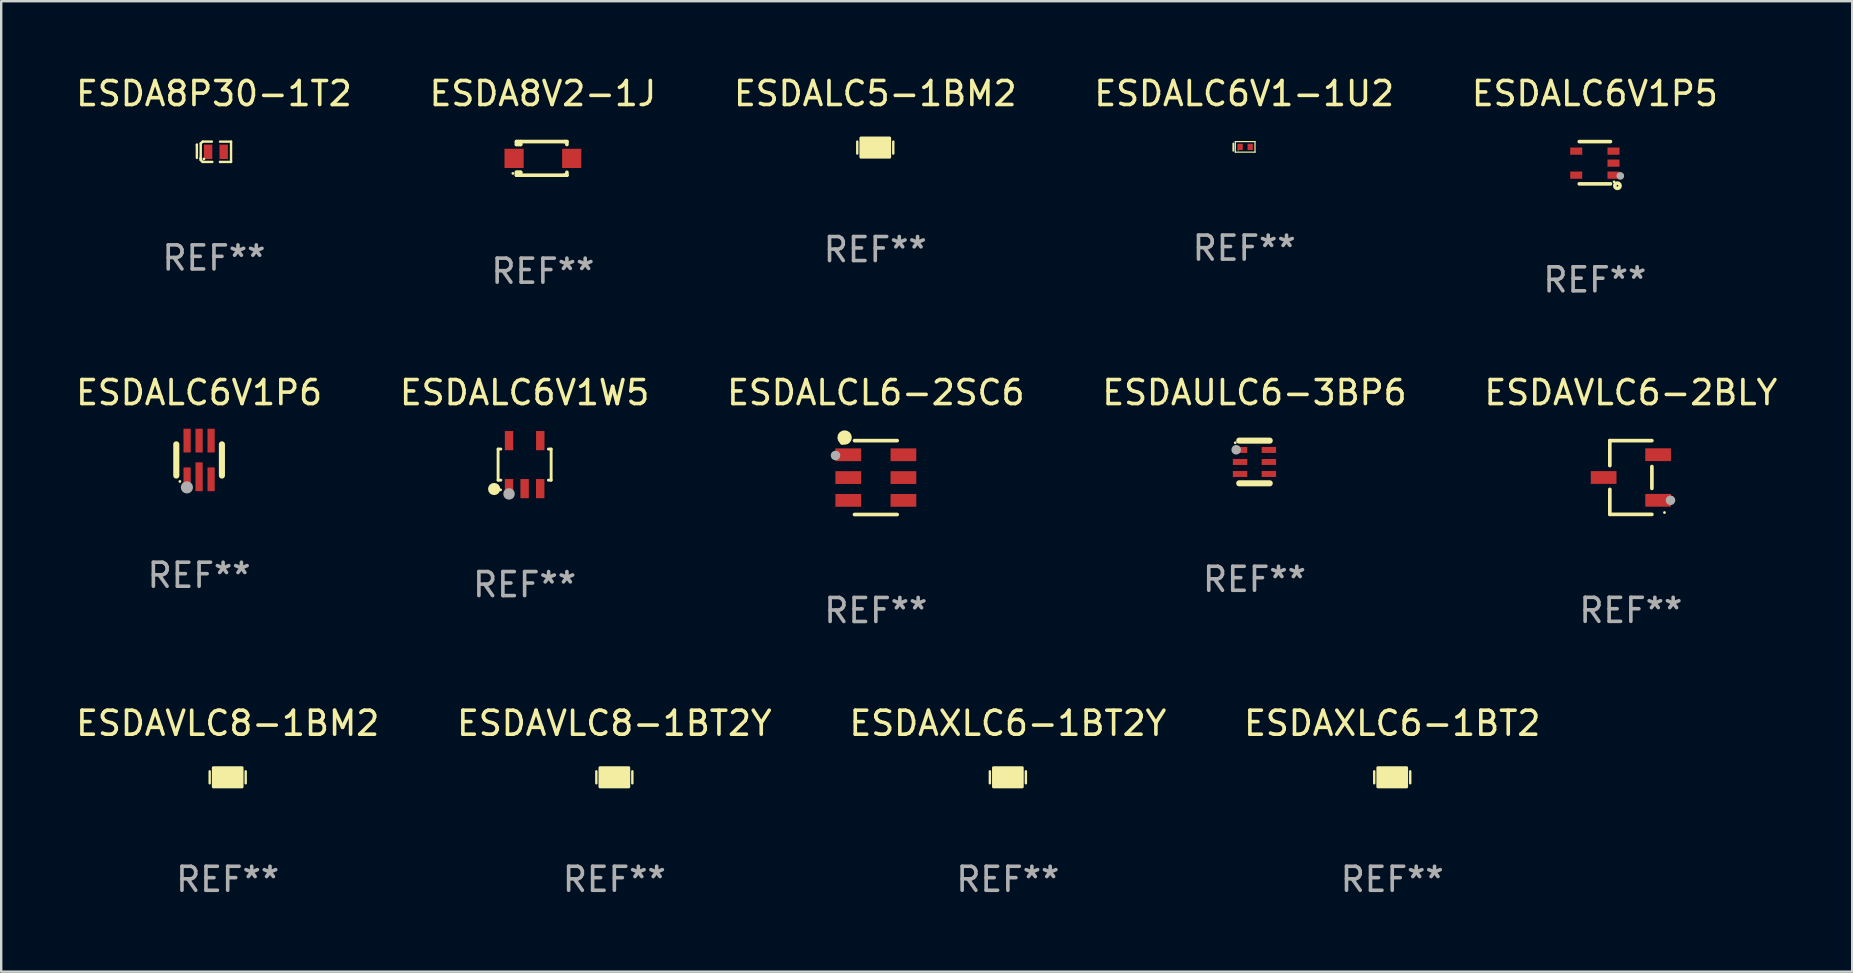
<source format=kicad_pcb>
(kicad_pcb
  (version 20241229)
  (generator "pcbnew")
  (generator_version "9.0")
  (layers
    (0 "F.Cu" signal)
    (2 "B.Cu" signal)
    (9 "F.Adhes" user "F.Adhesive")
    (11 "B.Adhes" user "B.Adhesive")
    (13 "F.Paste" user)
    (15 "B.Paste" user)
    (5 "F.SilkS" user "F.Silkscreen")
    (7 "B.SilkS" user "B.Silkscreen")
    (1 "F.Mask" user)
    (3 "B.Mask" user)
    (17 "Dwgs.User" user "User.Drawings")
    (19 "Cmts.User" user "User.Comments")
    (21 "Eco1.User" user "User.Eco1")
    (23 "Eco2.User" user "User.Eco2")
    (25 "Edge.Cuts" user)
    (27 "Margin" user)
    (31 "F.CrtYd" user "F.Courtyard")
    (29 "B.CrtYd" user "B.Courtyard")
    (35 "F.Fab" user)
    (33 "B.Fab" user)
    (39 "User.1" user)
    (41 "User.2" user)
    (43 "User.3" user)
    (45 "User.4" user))
  (footprint "ESDALCL6-2SC6"
    (layer "F.Cu")
    (at 33.435 16.844)
    (property "Reference" "ESDALCL6-2SC6" (at 0 -3.539 0) (layer "F.SilkS") (effects (font (size 1 1) (thickness 0.15))))
    (attr through_hole)
    (fp_line (start -0.889 -1.539) (end 0.889 -1.539) (stroke (width 0.152) (type solid)) (layer "F.SilkS"))
    (fp_line (start -0.889 1.539) (end 0.889 1.539) (stroke (width 0.152) (type solid)) (layer "F.SilkS"))
    (fp_circle (center -1.4 -1.463) (end -1.35 -1.463) (stroke (width 0.1) (type solid)) (fill no) (layer "F.SilkS"))
    (fp_circle (center -1.301 -1.668) (end -1.151 -1.668) (stroke (width 0.3) (type solid)) (fill no) (layer "F.SilkS"))
    (fp_circle (center -1.68 -0.92) (end -1.58 -0.92) (stroke (width 0.2) (type solid)) (fill no) (layer "F.Fab"))
    (fp_text user "REF**" (at 0 5.539 0) (layer "F.Fab") (effects (font (size 1 1) (thickness 0.15))))
    (pad "1" smd rect (at -1.149 -0.95 270) (size 0.532 1.072) (layers "F.Cu" "F.Mask" "F.Paste"))
    (pad "2" smd rect (at -1.149 0.000102 270) (size 0.532 1.072) (layers "F.Cu" "F.Mask" "F.Paste"))
    (pad "3" smd rect (at -1.149 0.95 270) (size 0.532 1.072) (layers "F.Cu" "F.Mask" "F.Paste"))
    (pad "4" smd rect (at 1.149 0.95 270) (size 0.532 1.072) (layers "F.Cu" "F.Mask" "F.Paste"))
    (pad "5" smd rect (at 1.149 0.000102 270) (size 0.532 1.072) (layers "F.Cu" "F.Mask" "F.Paste"))
    (pad "6" smd rect (at 1.149 -0.95 270) (size 0.532 1.072) (layers "F.Cu" "F.Mask" "F.Paste")))
  (footprint "ESDAVLC8-1BT2Y"
    (layer "F.Cu")
    (at 22.542 29.33)
    (property "Reference" "ESDAVLC8-1BT2Y" (at 0 -2.25 0) (layer "F.SilkS") (effects (font (size 1 1) (thickness 0.15))))
    (attr through_hole)
    (fp_line (start -0.75 0.25) (end -0.75 -0.25) (stroke (width 0.1) (type solid)) (layer "F.SilkS"))
    (fp_line (start 0.75 -0.25) (end 0.75 0.25) (stroke (width 0.1) (type solid)) (layer "F.SilkS"))
    (fp_circle (center -0.5 0.3) (end -0.47 0.3) (stroke (width 0.06) (type solid)) (fill no) (layer "F.SilkS"))
    (fp_poly (pts (xy -0.6 -0.4) (xy 0.6 -0.4) (xy 0.6 0.4) (xy -0.6 0.4)) (stroke (width 0.12) (type solid)) (fill yes) (layer "F.SilkS"))
    (fp_text user "REF**" (at 0 4.25 0) (layer "F.Fab") (effects (font (size 1 1) (thickness 0.15))))
    (pad "1" smd rect (at -0.325 -0.000013) (size 0.3 0.6) (layers "F.Cu" "F.Mask" "F.Paste"))
    (pad "2" smd rect (at 0.325 -0.000013) (size 0.3 0.6) (layers "F.Cu" "F.Mask" "F.Paste")))
  (footprint "ESDALC6V1-1U2"
    (layer "F.Cu")
    (at 48.78 3.068)
    (property "Reference" "ESDALC6V1-1U2" (at 0 -2.22 0) (layer "F.SilkS") (effects (font (size 1 1) (thickness 0.15))))
    (attr through_hole)
    (fp_line (start -0.45 -0.14) (end -0.45 0.16) (stroke (width 0.08) (type solid)) (layer "F.SilkS"))
    (fp_line (start -0.37 -0.22) (end 0.45 -0.22) (stroke (width 0.051) (type solid)) (layer "F.SilkS"))
    (fp_line (start -0.37 0.22) (end -0.37 -0.22) (stroke (width 0.051) (type solid)) (layer "F.SilkS"))
    (fp_line (start 0.45 -0.22) (end 0.45 0.22) (stroke (width 0.051) (type solid)) (layer "F.SilkS"))
    (fp_line (start 0.45 0.22) (end -0.37 0.22) (stroke (width 0.051) (type solid)) (layer "F.SilkS"))
    (fp_circle (center -0.25 0.14) (end -0.24 0.14) (stroke (width 0.02) (type solid)) (fill no) (layer "F.SilkS"))
    (fp_text user "REF**" (at 0 4.22 0) (layer "F.Fab") (effects (font (size 1 1) (thickness 0.15))))
    (pad "1" smd rect (at -0.17 0 90) (size 0.26 0.22) (layers "F.Cu" "F.Mask" "F.Paste"))
    (pad "2" smd rect (at 0.25 0 90) (size 0.26 0.22) (layers "F.Cu" "F.Mask" "F.Paste")))
  (footprint "ESDALC6V1P6"
    (layer "F.Cu")
    (at 5.244 16.11)
    (property "Reference" "ESDALC6V1P6" (at 0 -2.805 0) (layer "F.SilkS") (effects (font (size 1 1) (thickness 0.15))))
    (attr through_hole)
    (fp_line (start -0.95 0.65) (end -0.95 -0.65) (stroke (width 0.254) (type solid)) (layer "F.SilkS"))
    (fp_line (start 0.95 0.65) (end 0.95 -0.65) (stroke (width 0.254) (type solid)) (layer "F.SilkS"))
    (fp_circle (center -0.8 0.896) (end -0.77 0.896) (stroke (width 0.06) (type solid)) (fill no) (layer "F.SilkS"))
    (fp_circle (center -0.508 1.143) (end -0.381 1.143) (stroke (width 0.254) (type solid)) (fill no) (layer "F.Fab"))
    (fp_text user "REF**" (at 0 4.805 0) (layer "F.Fab") (effects (font (size 1 1) (thickness 0.15))))
    (pad "1" smd rect (at -0.5 0.805) (size 0.3 0.99) (layers "F.Cu" "F.Mask" "F.Paste"))
    (pad "2" smd rect (at 0.000127 0.7) (size 0.3 1.2) (layers "F.Cu" "F.Mask" "F.Paste"))
    (pad "3" smd rect (at 0.5 0.805) (size 0.3 0.99) (layers "F.Cu" "F.Mask" "F.Paste"))
    (pad "4" smd rect (at 0.5 -0.805) (size 0.3 0.99) (layers "F.Cu" "F.Mask" "F.Paste"))
    (pad "5" smd rect (at 0.000127 -0.805) (size 0.3 0.99) (layers "F.Cu" "F.Mask" "F.Paste"))
    (pad "6" smd rect (at -0.5 -0.805) (size 0.3 0.99) (layers "F.Cu" "F.Mask" "F.Paste")))
  (footprint "ESDAVLC8-1BM2"
    (layer "F.Cu")
    (at 6.435 29.33)
    (property "Reference" "ESDAVLC8-1BM2" (at 0 -2.25 0) (layer "F.SilkS") (effects (font (size 1 1) (thickness 0.15))))
    (attr through_hole)
    (fp_line (start -0.75 0.25) (end -0.75 -0.25) (stroke (width 0.1) (type solid)) (layer "F.SilkS"))
    (fp_line (start 0.75 -0.25) (end 0.75 0.25) (stroke (width 0.1) (type solid)) (layer "F.SilkS"))
    (fp_circle (center -0.5 0.3) (end -0.47 0.3) (stroke (width 0.06) (type solid)) (fill no) (layer "F.SilkS"))
    (fp_poly (pts (xy -0.6 -0.4) (xy 0.6 -0.4) (xy 0.6 0.4) (xy -0.6 0.4)) (stroke (width 0.12) (type solid)) (fill yes) (layer "F.SilkS"))
    (fp_text user "REF**" (at 0 4.25 0) (layer "F.Fab") (effects (font (size 1 1) (thickness 0.15))))
    (pad "1" smd rect (at -0.325 -0.000013) (size 0.3 0.6) (layers "F.Cu" "F.Mask" "F.Paste"))
    (pad "2" smd rect (at 0.325 -0.000013) (size 0.3 0.6) (layers "F.Cu" "F.Mask" "F.Paste")))
  (footprint "ESDAXLC6-1BT2"
    (layer "F.Cu")
    (at 54.946 29.33)
    (property "Reference" "ESDAXLC6-1BT2" (at 0 -2.25 0) (layer "F.SilkS") (effects (font (size 1 1) (thickness 0.15))))
    (attr through_hole)
    (fp_line (start -0.75 0.25) (end -0.75 -0.25) (stroke (width 0.1) (type solid)) (layer "F.SilkS"))
    (fp_line (start 0.75 -0.25) (end 0.75 0.25) (stroke (width 0.1) (type solid)) (layer "F.SilkS"))
    (fp_circle (center -0.5 0.3) (end -0.47 0.3) (stroke (width 0.06) (type solid)) (fill no) (layer "F.SilkS"))
    (fp_poly (pts (xy -0.6 -0.4) (xy 0.6 -0.4) (xy 0.6 0.4) (xy -0.6 0.4)) (stroke (width 0.12) (type solid)) (fill yes) (layer "F.SilkS"))
    (fp_text user "REF**" (at 0 4.25 0) (layer "F.Fab") (effects (font (size 1 1) (thickness 0.15))))
    (pad "1" smd rect (at -0.325 -0.000013) (size 0.3 0.6) (layers "F.Cu" "F.Mask" "F.Paste"))
    (pad "2" smd rect (at 0.325 -0.000013) (size 0.3 0.6) (layers "F.Cu" "F.Mask" "F.Paste")))
  (footprint "ESDA8V2-1J"
    (layer "F.Cu")
    (at 19.565 3.548)
    (property "Reference" "ESDA8V2-1J" (at 0 -2.7 0) (layer "F.SilkS") (effects (font (size 1 1) (thickness 0.15))))
    (attr through_hole)
    (fp_line (start -1.1 -0.7) (end -1.1 -0.58) (stroke (width 0.152) (type solid)) (layer "F.SilkS"))
    (fp_line (start -1.1 0.58) (end -1.1 0.7) (stroke (width 0.152) (type solid)) (layer "F.SilkS"))
    (fp_line (start -1.1 0.58) (end -0.927 0.58) (stroke (width 0.152) (type solid)) (layer "F.SilkS"))
    (fp_line (start -1.1 0.7) (end 0.9 0.7) (stroke (width 0.152) (type solid)) (layer "F.SilkS"))
    (fp_line (start -1.014 -0.58) (end -1.014 -0.7) (stroke (width 0.152) (type solid)) (layer "F.SilkS"))
    (fp_line (start -1.014 0.7) (end -1.014 0.58) (stroke (width 0.152) (type solid)) (layer "F.SilkS"))
    (fp_line (start -0.927 -0.7) (end -0.927 -0.58) (stroke (width 0.152) (type solid)) (layer "F.SilkS"))
    (fp_line (start -0.927 -0.58) (end -1.1 -0.58) (stroke (width 0.152) (type solid)) (layer "F.SilkS"))
    (fp_line (start -0.927 0.58) (end -0.927 0.7) (stroke (width 0.152) (type solid)) (layer "F.SilkS"))
    (fp_line (start 0.9 -0.7) (end -1.1 -0.7) (stroke (width 0.152) (type solid)) (layer "F.SilkS"))
    (fp_line (start 0.9 0.7) (end 1 0.7) (stroke (width 0.152) (type solid)) (layer "F.SilkS"))
    (fp_line (start 1 -0.7) (end 0.9 -0.7) (stroke (width 0.152) (type solid)) (layer "F.SilkS"))
    (fp_line (start 1 -0.58) (end 1 -0.7) (stroke (width 0.152) (type solid)) (layer "F.SilkS"))
    (fp_line (start 1 0.7) (end 1 0.58) (stroke (width 0.152) (type solid)) (layer "F.SilkS"))
    (fp_circle (center -1.25 0.625) (end -1.22 0.625) (stroke (width 0.06) (type solid)) (fill no) (layer "F.SilkS"))
    (fp_text user "REF**" (at 0 4.7 0) (layer "F.Fab") (effects (font (size 1 1) (thickness 0.15))))
    (pad "1" smd rect (at -1.2 0) (size 0.8 0.8) (layers "F.Cu" "F.Mask" "F.Paste"))
    (pad "2" smd rect (at 1.2 0) (size 0.8 0.8) (layers "F.Cu" "F.Mask" "F.Paste")))
  (footprint "ESDAULC6-3BP6"
    (layer "F.Cu")
    (at 49.208 16.194)
    (property "Reference" "ESDAULC6-3BP6" (at 0 -2.889 0) (layer "F.SilkS") (effects (font (size 1 1) (thickness 0.15))))
    (attr through_hole)
    (fp_line (start -0.635 -0.889) (end 0.635 -0.889) (stroke (width 0.254) (type solid)) (layer "F.SilkS"))
    (fp_line (start -0.635 0.889) (end 0.635 0.889) (stroke (width 0.254) (type solid)) (layer "F.SilkS"))
    (fp_circle (center -0.8 -0.8) (end -0.77 -0.8) (stroke (width 0.06) (type solid)) (fill no) (layer "F.SilkS"))
    (fp_circle (center -0.762 -0.508) (end -0.662 -0.508) (stroke (width 0.2) (type solid)) (fill no) (layer "F.Fab"))
    (fp_text user "REF**" (at 0 4.889 0) (layer "F.Fab") (effects (font (size 1 1) (thickness 0.15))))
    (pad "1" smd rect (at -0.6 -0.5 270) (size 0.25 0.6) (layers "F.Cu" "F.Mask" "F.Paste"))
    (pad "2" smd rect (at -0.6 -0.000127 270) (size 0.25 0.6) (layers "F.Cu" "F.Mask" "F.Paste"))
    (pad "3" smd rect (at -0.6 0.5 270) (size 0.25 0.6) (layers "F.Cu" "F.Mask" "F.Paste"))
    (pad "4" smd rect (at 0.6 0.5 270) (size 0.25 0.6) (layers "F.Cu" "F.Mask" "F.Paste"))
    (pad "5" smd rect (at 0.6 -0.000127 270) (size 0.25 0.6) (layers "F.Cu" "F.Mask" "F.Paste"))
    (pad "6" smd rect (at 0.6 -0.5 270) (size 0.25 0.6) (layers "F.Cu" "F.Mask" "F.Paste")))
  (footprint "ESDALC6V1W5"
    (layer "F.Cu")
    (at 18.804 16.305)
    (property "Reference" "ESDALC6V1W5" (at 0 -3 0) (layer "F.SilkS") (effects (font (size 1 1) (thickness 0.15))))
    (attr through_hole)
    (fp_line (start -1.105 -0.648) (end -0.988 -0.648) (stroke (width 0.12) (type solid)) (layer "F.SilkS"))
    (fp_line (start -1.105 0.647) (end -1.105 -0.648) (stroke (width 0.12) (type solid)) (layer "F.SilkS"))
    (fp_line (start -1.105 0.647) (end -0.989 0.647) (stroke (width 0.12) (type solid)) (layer "F.SilkS"))
    (fp_line (start 0.989 0.647) (end 1.105 0.647) (stroke (width 0.12) (type solid)) (layer "F.SilkS"))
    (fp_line (start 0.991 -0.648) (end 1.105 -0.648) (stroke (width 0.12) (type solid)) (layer "F.SilkS"))
    (fp_line (start 1.105 -0.648) (end 1.105 0.647) (stroke (width 0.12) (type solid)) (layer "F.SilkS"))
    (fp_circle (center -1.269 1.016) (end -1.142 1.016) (stroke (width 0.254) (type solid)) (fill no) (layer "F.SilkS"))
    (fp_circle (center -0.999 1.05) (end -0.969 1.05) (stroke (width 0.06) (type solid)) (fill no) (layer "F.SilkS"))
    (fp_circle (center -0.649 1.22) (end -0.529 1.22) (stroke (width 0.24) (type solid)) (fill no) (layer "F.Fab"))
    (fp_text user "REF**" (at 0 5 0) (layer "F.Fab") (effects (font (size 1 1) (thickness 0.15))))
    (pad "1" smd rect (at -0.65 1) (size 0.35 0.8) (layers "F.Cu" "F.Mask" "F.Paste"))
    (pad "2" smd rect (at 0 1) (size 0.35 0.8) (layers "F.Cu" "F.Mask" "F.Paste"))
    (pad "3" smd rect (at 0.65 1) (size 0.35 0.8) (layers "F.Cu" "F.Mask" "F.Paste"))
    (pad "4" smd rect (at 0.652 -1) (size 0.35 0.8) (layers "F.Cu" "F.Mask" "F.Paste"))
    (pad "5" smd rect (at -0.649 -1) (size 0.35 0.8) (layers "F.Cu" "F.Mask" "F.Paste")))
  (footprint "ESDALC5-1BM2"
    (layer "F.Cu")
    (at 33.411 3.098)
    (property "Reference" "ESDALC5-1BM2" (at 0 -2.25 0) (layer "F.SilkS") (effects (font (size 1 1) (thickness 0.15))))
    (attr through_hole)
    (fp_line (start -0.75 0.25) (end -0.75 -0.25) (stroke (width 0.1) (type solid)) (layer "F.SilkS"))
    (fp_line (start 0.75 -0.25) (end 0.75 0.25) (stroke (width 0.1) (type solid)) (layer "F.SilkS"))
    (fp_circle (center -0.5 0.3) (end -0.47 0.3) (stroke (width 0.06) (type solid)) (fill no) (layer "F.SilkS"))
    (fp_poly (pts (xy -0.6 -0.4) (xy 0.6 -0.4) (xy 0.6 0.4) (xy -0.6 0.4)) (stroke (width 0.12) (type solid)) (fill yes) (layer "F.SilkS"))
    (fp_text user "REF**" (at 0 4.25 0) (layer "F.Fab") (effects (font (size 1 1) (thickness 0.15))))
    (pad "1" smd rect (at -0.325 -0.000013) (size 0.3 0.6) (layers "F.Cu" "F.Mask" "F.Paste"))
    (pad "2" smd rect (at 0.325 -0.000013) (size 0.3 0.6) (layers "F.Cu" "F.Mask" "F.Paste")))
  (footprint "ESDALC6V1P5"
    (layer "F.Cu")
    (at 63.387 3.728)
    (property "Reference" "ESDALC6V1P5" (at 0 -2.88 0) (layer "F.SilkS") (effects (font (size 1 1) (thickness 0.15))))
    (attr through_hole)
    (fp_line (start 0.65 -0.88) (end -0.65 -0.88) (stroke (width 0.15) (type solid)) (layer "F.SilkS"))
    (fp_line (start 0.65 0.88) (end -0.65 0.88) (stroke (width 0.15) (type solid)) (layer "F.SilkS"))
    (fp_circle (center 0.8 0.8) (end 0.83 0.8) (stroke (width 0.06) (type solid)) (fill no) (layer "F.SilkS"))
    (fp_circle (center 0.94 0.96) (end 1.05 0.96) (stroke (width 0.15) (type solid)) (fill no) (layer "F.SilkS"))
    (fp_circle (center 1.06 0.55) (end 1.14 0.55) (stroke (width 0.16) (type solid)) (fill no) (layer "F.Fab"))
    (fp_text user "REF**" (at 0 4.88 0) (layer "F.Fab") (effects (font (size 1 1) (thickness 0.15))))
    (pad "1" smd rect (at 0.777 0.518) (size 0.5 0.3) (layers "F.Cu" "F.Mask" "F.Paste"))
    (pad "2" smd rect (at 0.777 0.018) (size 0.5 0.3) (layers "F.Cu" "F.Mask" "F.Paste"))
    (pad "3" smd rect (at 0.777 -0.482) (size 0.5 0.3) (layers "F.Cu" "F.Mask" "F.Paste"))
    (pad "4" smd rect (at -0.777 -0.482) (size 0.5 0.3) (layers "F.Cu" "F.Mask" "F.Paste"))
    (pad "5" smd rect (at -0.777 0.518) (size 0.5 0.3) (layers "F.Cu" "F.Mask" "F.Paste")))
  (footprint "ESDAXLC6-1BT2Y"
    (layer "F.Cu")
    (at 38.935 29.33)
    (property "Reference" "ESDAXLC6-1BT2Y" (at 0 -2.25 0) (layer "F.SilkS") (effects (font (size 1 1) (thickness 0.15))))
    (attr through_hole)
    (fp_line (start -0.75 0.25) (end -0.75 -0.25) (stroke (width 0.1) (type solid)) (layer "F.SilkS"))
    (fp_line (start 0.75 -0.25) (end 0.75 0.25) (stroke (width 0.1) (type solid)) (layer "F.SilkS"))
    (fp_circle (center -0.5 0.3) (end -0.47 0.3) (stroke (width 0.06) (type solid)) (fill no) (layer "F.SilkS"))
    (fp_poly (pts (xy -0.6 -0.4) (xy 0.6 -0.4) (xy 0.6 0.4) (xy -0.6 0.4)) (stroke (width 0.12) (type solid)) (fill yes) (layer "F.SilkS"))
    (fp_text user "REF**" (at 0 4.25 0) (layer "F.Fab") (effects (font (size 1 1) (thickness 0.15))))
    (pad "1" smd rect (at -0.325 -0.000013) (size 0.3 0.6) (layers "F.Cu" "F.Mask" "F.Paste"))
    (pad "2" smd rect (at 0.325 -0.000013) (size 0.3 0.6) (layers "F.Cu" "F.Mask" "F.Paste")))
  (footprint "ESDA8P30-1T2"
    (layer "F.Cu")
    (at 5.863 3.273)
    (property "Reference" "ESDA8P30-1T2" (at 0 -2.424 0) (layer "F.SilkS") (effects (font (size 1 1) (thickness 0.15))))
    (attr through_hole)
    (fp_line (start -0.712 -0.295) (end -0.712 0.256) (stroke (width 0.1) (type solid)) (layer "F.SilkS"))
    (fp_line (start -0.709 -0.295) (end -0.712 -0.295) (stroke (width 0.1) (type solid)) (layer "F.SilkS"))
    (fp_line (start -0.554 0.274) (end -0.554 0.34) (stroke (width 0.1) (type solid)) (layer "F.SilkS"))
    (fp_line (start -0.554 0.34) (end -0.47 0.424) (stroke (width 0.1) (type solid)) (layer "F.SilkS"))
    (fp_line (start -0.551 -0.348) (end -0.551 0.274) (stroke (width 0.1) (type solid)) (layer "F.SilkS"))
    (fp_line (start -0.551 0.274) (end -0.554 0.274) (stroke (width 0.1) (type solid)) (layer "F.SilkS"))
    (fp_line (start -0.472 -0.424) (end -0.551 -0.348) (stroke (width 0.1) (type solid)) (layer "F.SilkS"))
    (fp_line (start -0.47 0.424) (end -0.066 0.424) (stroke (width 0.1) (type solid)) (layer "F.SilkS"))
    (fp_line (start -0.086 -0.424) (end -0.472 -0.424) (stroke (width 0.1) (type solid)) (layer "F.SilkS"))
    (fp_line (start 0.251 -0.423) (end 0.712 -0.423) (stroke (width 0.1) (type solid)) (layer "F.SilkS"))
    (fp_line (start 0.253 0.424) (end 0.253 0.423) (stroke (width 0.1) (type solid)) (layer "F.SilkS"))
    (fp_line (start 0.712 -0.423) (end 0.712 0.424) (stroke (width 0.1) (type solid)) (layer "F.SilkS"))
    (fp_line (start 0.712 0.424) (end 0.253 0.424) (stroke (width 0.1) (type solid)) (layer "F.SilkS"))
    (fp_circle (center -0.419 0.3) (end -0.389 0.3) (stroke (width 0.06) (type solid)) (fill no) (layer "F.SilkS"))
    (fp_text user "REF**" (at 0 4.424 0) (layer "F.Fab") (effects (font (size 1 1) (thickness 0.15))))
    (pad "1" smd rect (at -0.244 -0.000165) (size 0.35 0.6) (layers "F.Cu" "F.Mask" "F.Paste"))
    (pad "2" smd rect (at 0.406 -0.000165) (size 0.35 0.6) (layers "F.Cu" "F.Mask" "F.Paste")))
  (footprint "ESDAVLC6-2BLY"
    (layer "F.Cu")
    (at 64.887 16.841)
    (property "Reference" "ESDAVLC6-2BLY" (at 0 -3.536 0) (layer "F.SilkS") (effects (font (size 1 1) (thickness 0.15))))
    (attr through_hole)
    (fp_line (start -0.876 -1.536) (end -0.876 -0.495) (stroke (width 0.152) (type solid)) (layer "F.SilkS"))
    (fp_line (start -0.876 1.536) (end -0.876 0.495) (stroke (width 0.152) (type solid)) (layer "F.SilkS"))
    (fp_line (start 0.876 -1.536) (end -0.876 -1.536) (stroke (width 0.152) (type solid)) (layer "F.SilkS"))
    (fp_line (start 0.876 -0.455) (end 0.876 0.455) (stroke (width 0.152) (type solid)) (layer "F.SilkS"))
    (fp_line (start 0.876 1.536) (end -0.876 1.536) (stroke (width 0.152) (type solid)) (layer "F.SilkS"))
    (fp_circle (center 1.4 1.46) (end 1.43 1.46) (stroke (width 0.06) (type solid)) (fill no) (layer "F.SilkS"))
    (fp_circle (center 1.651 0.95) (end 1.751 0.95) (stroke (width 0.2) (type solid)) (fill no) (layer "F.Fab"))
    (fp_text user "REF**" (at 0 5.536 0) (layer "F.Fab") (effects (font (size 1 1) (thickness 0.15))))
    (pad "1" smd rect (at 1.135 0.95) (size 1.07 0.532) (layers "F.Cu" "F.Mask" "F.Paste"))
    (pad "2" smd rect (at 1.135 -0.95) (size 1.07 0.532) (layers "F.Cu" "F.Mask" "F.Paste"))
    (pad "3" smd rect (at -1.135 0.000025) (size 1.07 0.532) (layers "F.Cu" "F.Mask" "F.Paste")))
  (gr_rect
    (start -3 -3)
    (end 74.107 37.428)
    (stroke (width 0.1) (type default))
    (fill no)
    (layer "Edge.Cuts")))
</source>
